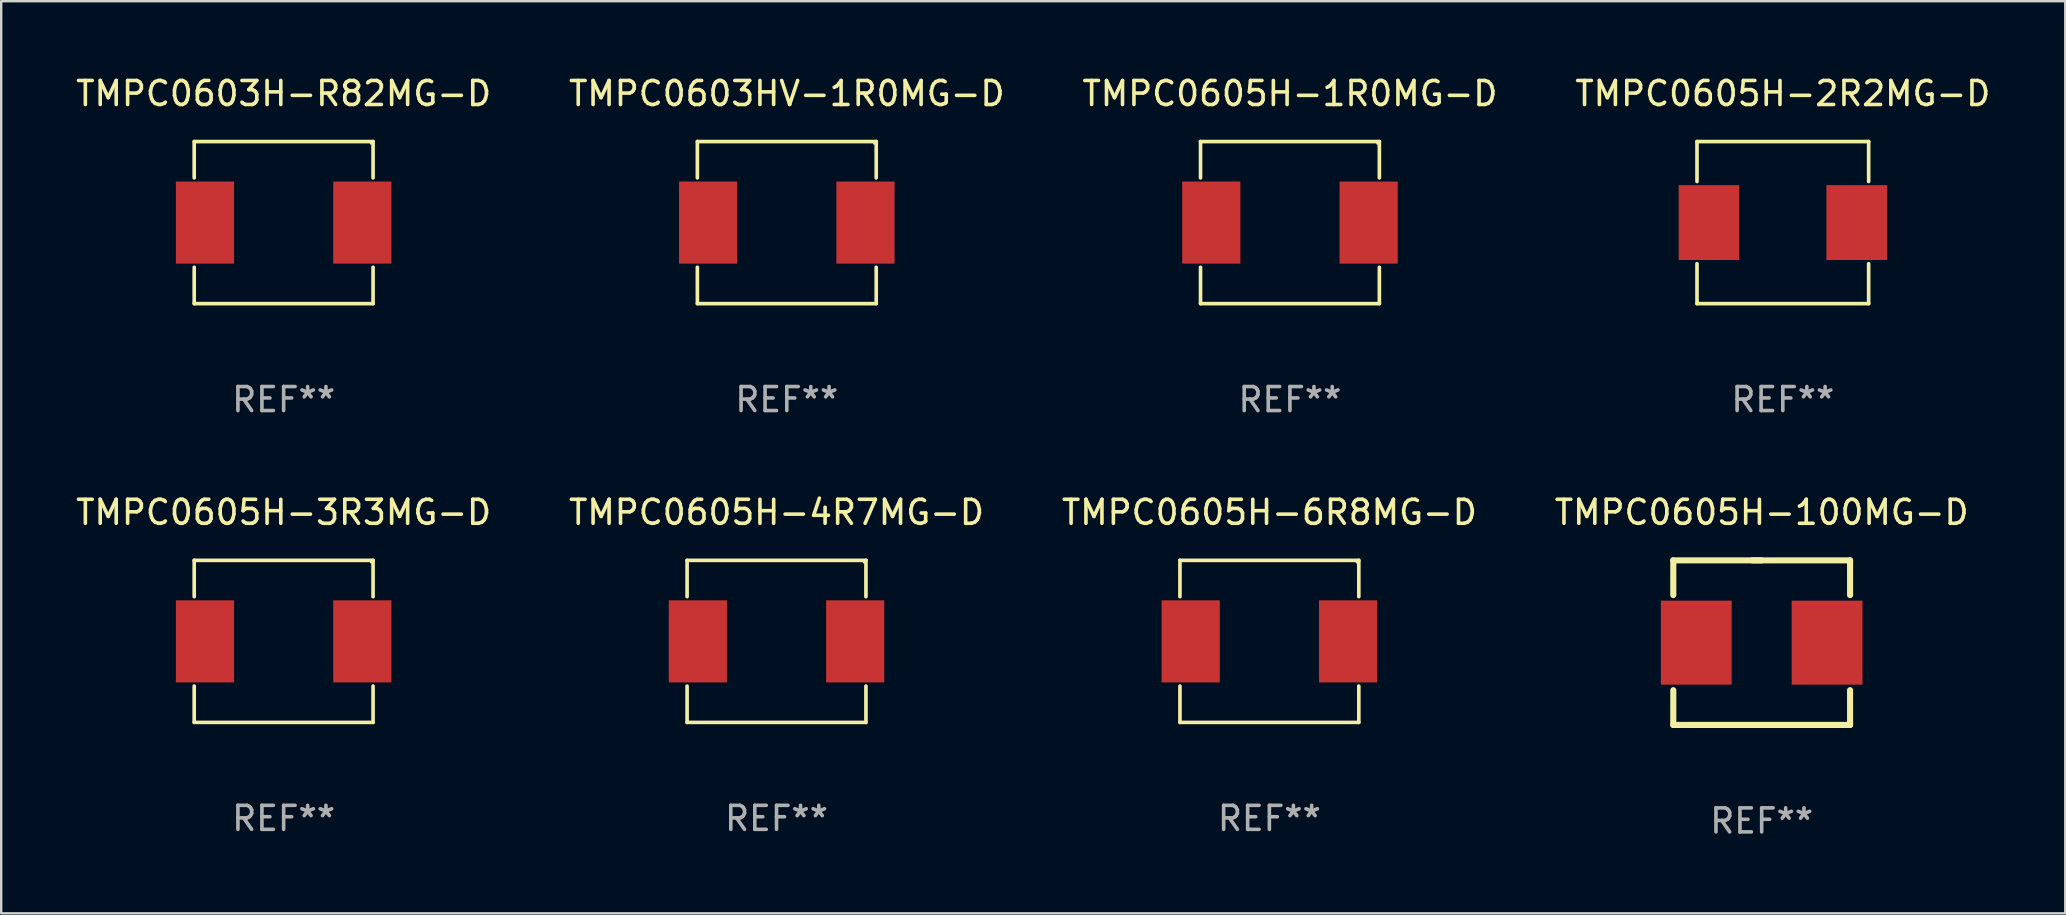
<source format=kicad_pcb>
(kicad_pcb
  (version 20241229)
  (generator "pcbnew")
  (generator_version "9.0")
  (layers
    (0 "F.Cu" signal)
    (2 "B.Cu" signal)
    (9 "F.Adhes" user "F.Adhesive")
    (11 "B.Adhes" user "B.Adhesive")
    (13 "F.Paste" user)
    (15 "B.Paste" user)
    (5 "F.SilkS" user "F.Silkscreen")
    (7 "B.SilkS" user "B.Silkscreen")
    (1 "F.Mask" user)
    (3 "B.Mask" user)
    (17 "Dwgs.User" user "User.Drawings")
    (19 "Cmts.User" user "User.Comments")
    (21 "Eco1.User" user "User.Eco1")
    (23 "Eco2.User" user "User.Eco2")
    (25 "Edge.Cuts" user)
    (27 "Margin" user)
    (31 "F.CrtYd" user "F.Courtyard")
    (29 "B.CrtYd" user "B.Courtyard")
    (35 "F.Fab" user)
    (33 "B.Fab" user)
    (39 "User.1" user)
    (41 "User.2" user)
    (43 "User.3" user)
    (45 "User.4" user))
  (footprint "TMPC0605H-6R8MG-D"
    (layer "F.Cu")
    (at 49.839 23.673)
    (property "Reference" "TMPC0605H-6R8MG-D" (at 0 -5.376 0) (layer "F.SilkS") (effects (font (size 1 1) (thickness 0.15))))
    (attr through_hole)
    (fp_line (start -3.726 -3.376) (end 3.726 -3.376) (stroke (width 0.152) (type solid)) (layer "F.SilkS"))
    (fp_line (start -3.726 -1.862) (end -3.726 -3.376) (stroke (width 0.152) (type solid)) (layer "F.SilkS"))
    (fp_line (start -3.726 1.862) (end -3.726 3.376) (stroke (width 0.152) (type solid)) (layer "F.SilkS"))
    (fp_line (start -3.726 3.376) (end 3.726 3.376) (stroke (width 0.152) (type solid)) (layer "F.SilkS"))
    (fp_line (start 3.726 -3.376) (end 3.726 -1.862) (stroke (width 0.152) (type solid)) (layer "F.SilkS"))
    (fp_line (start 3.726 3.376) (end 3.726 1.862) (stroke (width 0.152) (type solid)) (layer "F.SilkS"))
    (fp_circle (center 3.65 -3.3) (end 3.68 -3.3) (stroke (width 0.06) (type solid)) (fill no) (layer "F.SilkS"))
    (fp_text user "REF**" (at 0 7.376 0) (layer "F.Fab") (effects (font (size 1 1) (thickness 0.15))))
    (pad "1" smd rect (at 3.278 0) (size 2.424 3.42) (layers "F.Cu" "F.Mask" "F.Paste"))
    (pad "2" smd rect (at -3.278 0) (size 2.424 3.42) (layers "F.Cu" "F.Mask" "F.Paste")))
  (footprint "TMPC0605H-4R7MG-D"
    (layer "F.Cu")
    (at 29.304 23.673)
    (property "Reference" "TMPC0605H-4R7MG-D" (at 0 -5.376 0) (layer "F.SilkS") (effects (font (size 1 1) (thickness 0.15))))
    (attr through_hole)
    (fp_line (start -3.726 -3.376) (end 3.726 -3.376) (stroke (width 0.152) (type solid)) (layer "F.SilkS"))
    (fp_line (start -3.726 -1.862) (end -3.726 -3.376) (stroke (width 0.152) (type solid)) (layer "F.SilkS"))
    (fp_line (start -3.726 1.862) (end -3.726 3.376) (stroke (width 0.152) (type solid)) (layer "F.SilkS"))
    (fp_line (start -3.726 3.376) (end 3.726 3.376) (stroke (width 0.152) (type solid)) (layer "F.SilkS"))
    (fp_line (start 3.726 -3.376) (end 3.726 -1.862) (stroke (width 0.152) (type solid)) (layer "F.SilkS"))
    (fp_line (start 3.726 3.376) (end 3.726 1.862) (stroke (width 0.152) (type solid)) (layer "F.SilkS"))
    (fp_circle (center 3.65 -3.3) (end 3.68 -3.3) (stroke (width 0.06) (type solid)) (fill no) (layer "F.SilkS"))
    (fp_text user "REF**" (at 0 7.376 0) (layer "F.Fab") (effects (font (size 1 1) (thickness 0.15))))
    (pad "1" smd rect (at 3.278 0) (size 2.424 3.42) (layers "F.Cu" "F.Mask" "F.Paste"))
    (pad "2" smd rect (at -3.278 0) (size 2.424 3.42) (layers "F.Cu" "F.Mask" "F.Paste")))
  (footprint "TMPC0603HV-1R0MG-D"
    (layer "F.Cu")
    (at 29.732 6.224)
    (property "Reference" "TMPC0603HV-1R0MG-D" (at 0 -5.376 0) (layer "F.SilkS") (effects (font (size 1 1) (thickness 0.15))))
    (attr through_hole)
    (fp_line (start -3.726 -3.376) (end 3.726 -3.376) (stroke (width 0.152) (type solid)) (layer "F.SilkS"))
    (fp_line (start -3.726 -1.862) (end -3.726 -3.376) (stroke (width 0.152) (type solid)) (layer "F.SilkS"))
    (fp_line (start -3.726 1.862) (end -3.726 3.376) (stroke (width 0.152) (type solid)) (layer "F.SilkS"))
    (fp_line (start -3.726 3.376) (end 3.726 3.376) (stroke (width 0.152) (type solid)) (layer "F.SilkS"))
    (fp_line (start 3.726 -3.376) (end 3.726 -1.862) (stroke (width 0.152) (type solid)) (layer "F.SilkS"))
    (fp_line (start 3.726 3.376) (end 3.726 1.862) (stroke (width 0.152) (type solid)) (layer "F.SilkS"))
    (fp_circle (center 3.65 -3.3) (end 3.68 -3.3) (stroke (width 0.06) (type solid)) (fill no) (layer "F.SilkS"))
    (fp_text user "REF**" (at 0 7.376 0) (layer "F.Fab") (effects (font (size 1 1) (thickness 0.15))))
    (pad "1" smd rect (at 3.278 0) (size 2.424 3.42) (layers "F.Cu" "F.Mask" "F.Paste"))
    (pad "2" smd rect (at -3.278 0) (size 2.424 3.42) (layers "F.Cu" "F.Mask" "F.Paste")))
  (footprint "TMPC0605H-100MG-D"
    (layer "F.Cu")
    (at 70.351 23.726)
    (property "Reference" "TMPC0605H-100MG-D" (at 0 -5.429 0) (layer "F.SilkS") (effects (font (size 1 1) (thickness 0.15))))
    (attr through_hole)
    (fp_line (start -3.683 -3.429) (end 0 -3.429) (stroke (width 0.254) (type solid)) (layer "F.SilkS"))
    (fp_line (start -3.683 -1.981) (end -3.683 -3.429) (stroke (width 0.254) (type solid)) (layer "F.SilkS"))
    (fp_line (start -3.683 3.429) (end -3.683 1.981) (stroke (width 0.254) (type solid)) (layer "F.SilkS"))
    (fp_line (start -0.381 -3.429) (end 3.683 -3.429) (stroke (width 0.254) (type solid)) (layer "F.SilkS"))
    (fp_line (start 3.683 -3.429) (end 3.683 -1.981) (stroke (width 0.254) (type solid)) (layer "F.SilkS"))
    (fp_line (start 3.683 1.981) (end 3.683 3.429) (stroke (width 0.254) (type solid)) (layer "F.SilkS"))
    (fp_line (start 3.683 3.429) (end -3.683 3.429) (stroke (width 0.254) (type solid)) (layer "F.SilkS"))
    (fp_circle (center 3.65 -3.3) (end 3.68 -3.3) (stroke (width 0.06) (type solid)) (fill no) (layer "F.SilkS"))
    (fp_text user "REF**" (at 0 7.429 0) (layer "F.Fab") (effects (font (size 1 1) (thickness 0.15))))
    (pad "1" smd rect (at 2.725 0.000025) (size 2.95 3.5) (layers "F.Cu" "F.Mask" "F.Paste"))
    (pad "2" smd rect (at -2.725 0.000025) (size 2.95 3.5) (layers "F.Cu" "F.Mask" "F.Paste")))
  (footprint "TMPC0605H-2R2MG-D"
    (layer "F.Cu")
    (at 71.232 6.224)
    (property "Reference" "TMPC0605H-2R2MG-D" (at 0 -5.376 0) (layer "F.SilkS") (effects (font (size 1 1) (thickness 0.15))))
    (attr through_hole)
    (fp_line (start -3.576 -3.376) (end 3.576 -3.376) (stroke (width 0.152) (type solid)) (layer "F.SilkS"))
    (fp_line (start -3.576 -1.712) (end -3.576 -3.376) (stroke (width 0.152) (type solid)) (layer "F.SilkS"))
    (fp_line (start -3.576 1.712) (end -3.576 3.376) (stroke (width 0.152) (type solid)) (layer "F.SilkS"))
    (fp_line (start -3.576 3.376) (end 3.576 3.376) (stroke (width 0.152) (type solid)) (layer "F.SilkS"))
    (fp_line (start 3.576 -3.376) (end 3.576 -1.712) (stroke (width 0.152) (type solid)) (layer "F.SilkS"))
    (fp_line (start 3.576 3.376) (end 3.576 1.712) (stroke (width 0.152) (type solid)) (layer "F.SilkS"))
    (fp_circle (center -3.552 3.307) (end -3.522 3.307) (stroke (width 0.06) (type solid)) (fill no) (layer "F.SilkS"))
    (fp_text user "REF**" (at 0 7.376 0) (layer "F.Fab") (effects (font (size 1 1) (thickness 0.15))))
    (pad "1" smd rect (at -3.078 0) (size 2.524 3.12) (layers "F.Cu" "F.Mask" "F.Paste"))
    (pad "2" smd rect (at 3.078 0) (size 2.524 3.12) (layers "F.Cu" "F.Mask" "F.Paste")))
  (footprint "TMPC0605H-1R0MG-D"
    (layer "F.Cu")
    (at 50.696 6.224)
    (property "Reference" "TMPC0605H-1R0MG-D" (at 0 -5.376 0) (layer "F.SilkS") (effects (font (size 1 1) (thickness 0.15))))
    (attr through_hole)
    (fp_line (start -3.726 -3.376) (end 3.726 -3.376) (stroke (width 0.152) (type solid)) (layer "F.SilkS"))
    (fp_line (start -3.726 -1.862) (end -3.726 -3.376) (stroke (width 0.152) (type solid)) (layer "F.SilkS"))
    (fp_line (start -3.726 1.862) (end -3.726 3.376) (stroke (width 0.152) (type solid)) (layer "F.SilkS"))
    (fp_line (start -3.726 3.376) (end 3.726 3.376) (stroke (width 0.152) (type solid)) (layer "F.SilkS"))
    (fp_line (start 3.726 -3.376) (end 3.726 -1.862) (stroke (width 0.152) (type solid)) (layer "F.SilkS"))
    (fp_line (start 3.726 3.376) (end 3.726 1.862) (stroke (width 0.152) (type solid)) (layer "F.SilkS"))
    (fp_circle (center 3.65 -3.3) (end 3.68 -3.3) (stroke (width 0.06) (type solid)) (fill no) (layer "F.SilkS"))
    (fp_text user "REF**" (at 0 7.376 0) (layer "F.Fab") (effects (font (size 1 1) (thickness 0.15))))
    (pad "1" smd rect (at 3.278 0) (size 2.424 3.42) (layers "F.Cu" "F.Mask" "F.Paste"))
    (pad "2" smd rect (at -3.278 0) (size 2.424 3.42) (layers "F.Cu" "F.Mask" "F.Paste")))
  (footprint "TMPC0603H-R82MG-D"
    (layer "F.Cu")
    (at 8.768 6.224)
    (property "Reference" "TMPC0603H-R82MG-D" (at 0 -5.376 0) (layer "F.SilkS") (effects (font (size 1 1) (thickness 0.15))))
    (attr through_hole)
    (fp_line (start -3.726 -3.376) (end 3.726 -3.376) (stroke (width 0.152) (type solid)) (layer "F.SilkS"))
    (fp_line (start -3.726 -1.862) (end -3.726 -3.376) (stroke (width 0.152) (type solid)) (layer "F.SilkS"))
    (fp_line (start -3.726 1.862) (end -3.726 3.376) (stroke (width 0.152) (type solid)) (layer "F.SilkS"))
    (fp_line (start -3.726 3.376) (end 3.726 3.376) (stroke (width 0.152) (type solid)) (layer "F.SilkS"))
    (fp_line (start 3.726 -3.376) (end 3.726 -1.862) (stroke (width 0.152) (type solid)) (layer "F.SilkS"))
    (fp_line (start 3.726 3.376) (end 3.726 1.862) (stroke (width 0.152) (type solid)) (layer "F.SilkS"))
    (fp_circle (center 3.65 -3.3) (end 3.68 -3.3) (stroke (width 0.06) (type solid)) (fill no) (layer "F.SilkS"))
    (fp_text user "REF**" (at 0 7.376 0) (layer "F.Fab") (effects (font (size 1 1) (thickness 0.15))))
    (pad "1" smd rect (at 3.278 0) (size 2.424 3.42) (layers "F.Cu" "F.Mask" "F.Paste"))
    (pad "2" smd rect (at -3.278 0) (size 2.424 3.42) (layers "F.Cu" "F.Mask" "F.Paste")))
  (footprint "TMPC0605H-3R3MG-D"
    (layer "F.Cu")
    (at 8.768 23.673)
    (property "Reference" "TMPC0605H-3R3MG-D" (at 0 -5.376 0) (layer "F.SilkS") (effects (font (size 1 1) (thickness 0.15))))
    (attr through_hole)
    (fp_line (start -3.726 -3.376) (end 3.726 -3.376) (stroke (width 0.152) (type solid)) (layer "F.SilkS"))
    (fp_line (start -3.726 -1.862) (end -3.726 -3.376) (stroke (width 0.152) (type solid)) (layer "F.SilkS"))
    (fp_line (start -3.726 1.862) (end -3.726 3.376) (stroke (width 0.152) (type solid)) (layer "F.SilkS"))
    (fp_line (start -3.726 3.376) (end 3.726 3.376) (stroke (width 0.152) (type solid)) (layer "F.SilkS"))
    (fp_line (start 3.726 -3.376) (end 3.726 -1.862) (stroke (width 0.152) (type solid)) (layer "F.SilkS"))
    (fp_line (start 3.726 3.376) (end 3.726 1.862) (stroke (width 0.152) (type solid)) (layer "F.SilkS"))
    (fp_circle (center 3.65 -3.3) (end 3.68 -3.3) (stroke (width 0.06) (type solid)) (fill no) (layer "F.SilkS"))
    (fp_text user "REF**" (at 0 7.376 0) (layer "F.Fab") (effects (font (size 1 1) (thickness 0.15))))
    (pad "1" smd rect (at 3.278 0) (size 2.424 3.42) (layers "F.Cu" "F.Mask" "F.Paste"))
    (pad "2" smd rect (at -3.278 0) (size 2.424 3.42) (layers "F.Cu" "F.Mask" "F.Paste")))
  (gr_rect
    (start -3 -3)
    (end 83 35.003)
    (stroke (width 0.1) (type default))
    (fill no)
    (layer "Edge.Cuts")))
</source>
